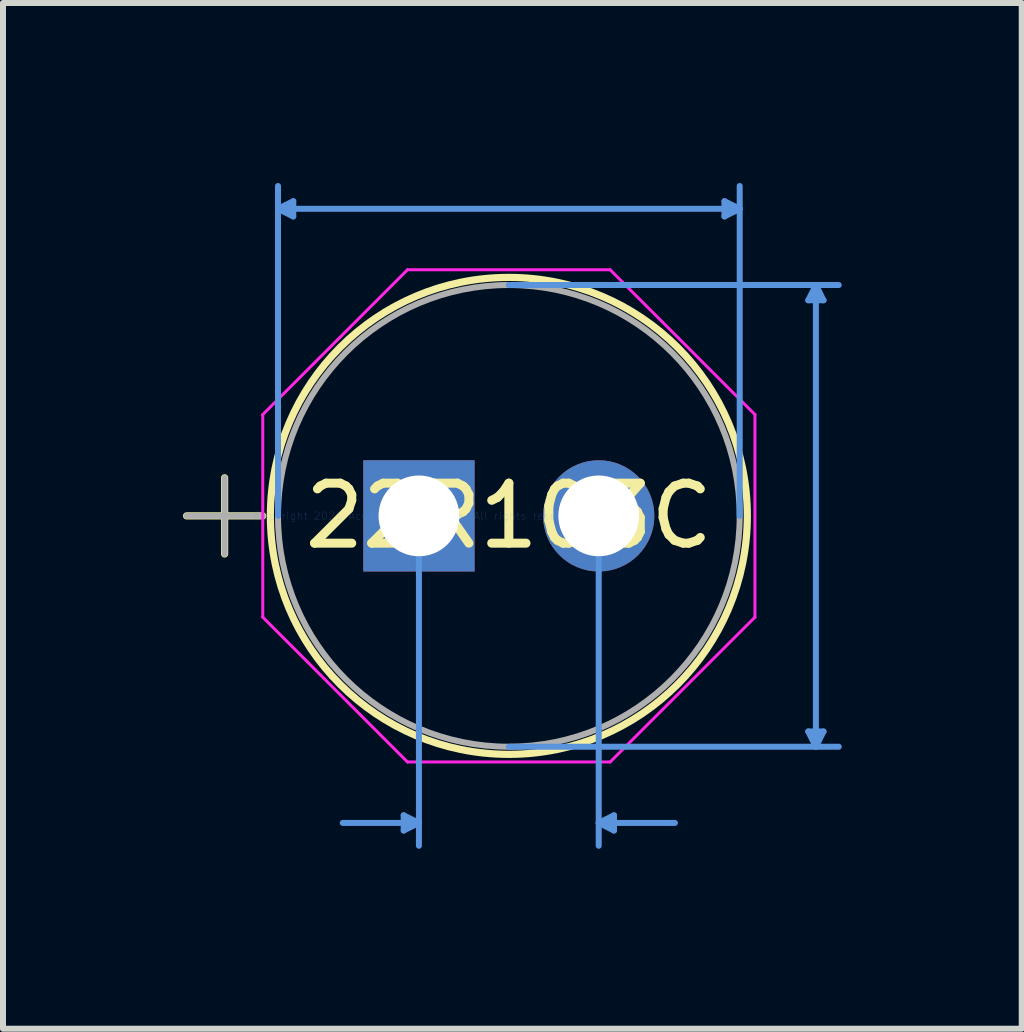
<source format=kicad_pcb>
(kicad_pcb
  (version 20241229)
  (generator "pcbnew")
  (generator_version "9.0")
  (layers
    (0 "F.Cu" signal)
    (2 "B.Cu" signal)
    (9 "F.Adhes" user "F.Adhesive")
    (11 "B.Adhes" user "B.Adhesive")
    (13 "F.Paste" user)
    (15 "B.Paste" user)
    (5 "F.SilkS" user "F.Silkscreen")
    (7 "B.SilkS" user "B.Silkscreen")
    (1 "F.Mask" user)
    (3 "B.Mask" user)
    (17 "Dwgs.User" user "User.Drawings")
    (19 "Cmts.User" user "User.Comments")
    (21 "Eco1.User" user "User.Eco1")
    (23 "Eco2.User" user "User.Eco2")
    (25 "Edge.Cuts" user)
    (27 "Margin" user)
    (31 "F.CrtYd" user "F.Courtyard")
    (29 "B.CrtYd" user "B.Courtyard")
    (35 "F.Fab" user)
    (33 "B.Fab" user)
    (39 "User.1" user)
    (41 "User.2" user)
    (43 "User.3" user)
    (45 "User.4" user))
  (footprint "22R103C"
    (layer "F.Cu")
    (at 3.933 5.549)
    (property "Reference" "22R103C" (at 1.499 0 0) (layer "F.SilkS") (effects (font (size 1 1) (thickness 0.15))))
    (attr through_hole)
    (fp_line (start -3.873 0) (end -2.603 0) (stroke (width 0.12) (type solid)) (layer "F.SilkS"))
    (fp_line (start -3.239 -0.635) (end -3.239 0.635) (stroke (width 0.12) (type solid)) (layer "F.SilkS"))
    (fp_circle (center 1.499 0) (end 5.474 0) (stroke (width 0.12) (type solid)) (fill no) (layer "F.SilkS"))
    (fp_line (start -2.349 -5.118) (end -2.095 -5.245) (stroke (width 0.1) (type solid)) (layer "Cmts.User"))
    (fp_line (start -2.349 -5.118) (end -2.095 -4.991) (stroke (width 0.1) (type solid)) (layer "Cmts.User"))
    (fp_line (start -2.349 -5.118) (end 5.347 -5.118) (stroke (width 0.1) (type solid)) (layer "Cmts.User"))
    (fp_line (start -2.349 0) (end -2.349 -5.499) (stroke (width 0.1) (type solid)) (layer "Cmts.User"))
    (fp_line (start -2.095 -5.245) (end -2.095 -4.991) (stroke (width 0.1) (type solid)) (layer "Cmts.User"))
    (fp_line (start -0.254 4.991) (end -0.254 5.245) (stroke (width 0.1) (type solid)) (layer "Cmts.User"))
    (fp_line (start 0 0) (end 0 5.499) (stroke (width 0.1) (type solid)) (layer "Cmts.User"))
    (fp_line (start 0 5.118) (end -1.27 5.118) (stroke (width 0.1) (type solid)) (layer "Cmts.User"))
    (fp_line (start 0 5.118) (end -0.254 4.991) (stroke (width 0.1) (type solid)) (layer "Cmts.User"))
    (fp_line (start 0 5.118) (end -0.254 5.245) (stroke (width 0.1) (type solid)) (layer "Cmts.User"))
    (fp_line (start 1.499 -3.848) (end 6.998 -3.848) (stroke (width 0.1) (type solid)) (layer "Cmts.User"))
    (fp_line (start 1.499 3.848) (end 6.998 3.848) (stroke (width 0.1) (type solid)) (layer "Cmts.User"))
    (fp_line (start 2.997 0) (end 2.997 5.499) (stroke (width 0.1) (type solid)) (layer "Cmts.User"))
    (fp_line (start 2.997 5.118) (end 3.251 4.991) (stroke (width 0.1) (type solid)) (layer "Cmts.User"))
    (fp_line (start 2.997 5.118) (end 3.251 5.245) (stroke (width 0.1) (type solid)) (layer "Cmts.User"))
    (fp_line (start 2.997 5.118) (end 4.267 5.118) (stroke (width 0.1) (type solid)) (layer "Cmts.User"))
    (fp_line (start 3.251 4.991) (end 3.251 5.245) (stroke (width 0.1) (type solid)) (layer "Cmts.User"))
    (fp_line (start 5.093 -5.245) (end 5.093 -4.991) (stroke (width 0.1) (type solid)) (layer "Cmts.User"))
    (fp_line (start 5.347 -5.118) (end 5.093 -5.245) (stroke (width 0.1) (type solid)) (layer "Cmts.User"))
    (fp_line (start 5.347 -5.118) (end 5.093 -4.991) (stroke (width 0.1) (type solid)) (layer "Cmts.User"))
    (fp_line (start 5.347 0) (end 5.347 -5.499) (stroke (width 0.1) (type solid)) (layer "Cmts.User"))
    (fp_line (start 6.49 -3.594) (end 6.744 -3.594) (stroke (width 0.1) (type solid)) (layer "Cmts.User"))
    (fp_line (start 6.49 3.594) (end 6.744 3.594) (stroke (width 0.1) (type solid)) (layer "Cmts.User"))
    (fp_line (start 6.617 -3.848) (end 6.49 -3.594) (stroke (width 0.1) (type solid)) (layer "Cmts.User"))
    (fp_line (start 6.617 -3.848) (end 6.617 3.848) (stroke (width 0.1) (type solid)) (layer "Cmts.User"))
    (fp_line (start 6.617 -3.848) (end 6.744 -3.594) (stroke (width 0.1) (type solid)) (layer "Cmts.User"))
    (fp_line (start 6.617 3.848) (end 6.49 3.594) (stroke (width 0.1) (type solid)) (layer "Cmts.User"))
    (fp_line (start 6.617 3.848) (end 6.744 3.594) (stroke (width 0.1) (type solid)) (layer "Cmts.User"))
    (fp_line (start -2.603 -1.689) (end -0.191 -4.102) (stroke (width 0.05) (type solid)) (layer "F.CrtYd"))
    (fp_line (start -2.603 1.689) (end -2.603 -1.689) (stroke (width 0.05) (type solid)) (layer "F.CrtYd"))
    (fp_line (start -0.191 -4.102) (end 3.188 -4.102) (stroke (width 0.05) (type solid)) (layer "F.CrtYd"))
    (fp_line (start -0.191 4.102) (end -2.603 1.689) (stroke (width 0.05) (type solid)) (layer "F.CrtYd"))
    (fp_line (start 3.188 -4.102) (end 5.601 -1.689) (stroke (width 0.05) (type solid)) (layer "F.CrtYd"))
    (fp_line (start 3.188 4.102) (end -0.191 4.102) (stroke (width 0.05) (type solid)) (layer "F.CrtYd"))
    (fp_line (start 5.601 -1.689) (end 5.601 1.689) (stroke (width 0.05) (type solid)) (layer "F.CrtYd"))
    (fp_line (start 5.601 1.689) (end 3.188 4.102) (stroke (width 0.05) (type solid)) (layer "F.CrtYd"))
    (fp_line (start -3.873 0) (end -2.603 0) (stroke (width 0.1) (type solid)) (layer "F.Fab"))
    (fp_line (start -3.239 -0.635) (end -3.239 0.635) (stroke (width 0.1) (type solid)) (layer "F.Fab"))
    (fp_circle (center 1.499 0) (end 5.347 0) (stroke (width 0.1) (type solid)) (fill no) (layer "F.Fab"))
    (fp_text user "*" (at 0 0 0) (layer "F.SilkS") (effects (font (size 1 1) (thickness 0.15))))
    (fp_text user "Copyright 2021 Accelerated Designs. All rights reserved." (at 0 0 0) (layer "Cmts.User") (effects (font (size 0.127 0.127) (thickness 0.002))))
    (fp_text user "*" (at 0 0 0) (layer "F.Fab") (effects (font (size 1 1) (thickness 0.15))))
    (pad "1" thru_hole rect (at 0 0) (size 1.854 1.854) (drill 1.346) (layers "*.Cu" "*.Mask"))
    (pad "2" thru_hole circle (at 2.997 0) (size 1.854 1.854) (drill 1.346) (layers "*.Cu" "*.Mask")))
  (gr_rect
    (start -3 -3)
    (end 13.981 14.098)
    (stroke (width 0.1) (type default))
    (fill no)
    (layer "Edge.Cuts")))
</source>
